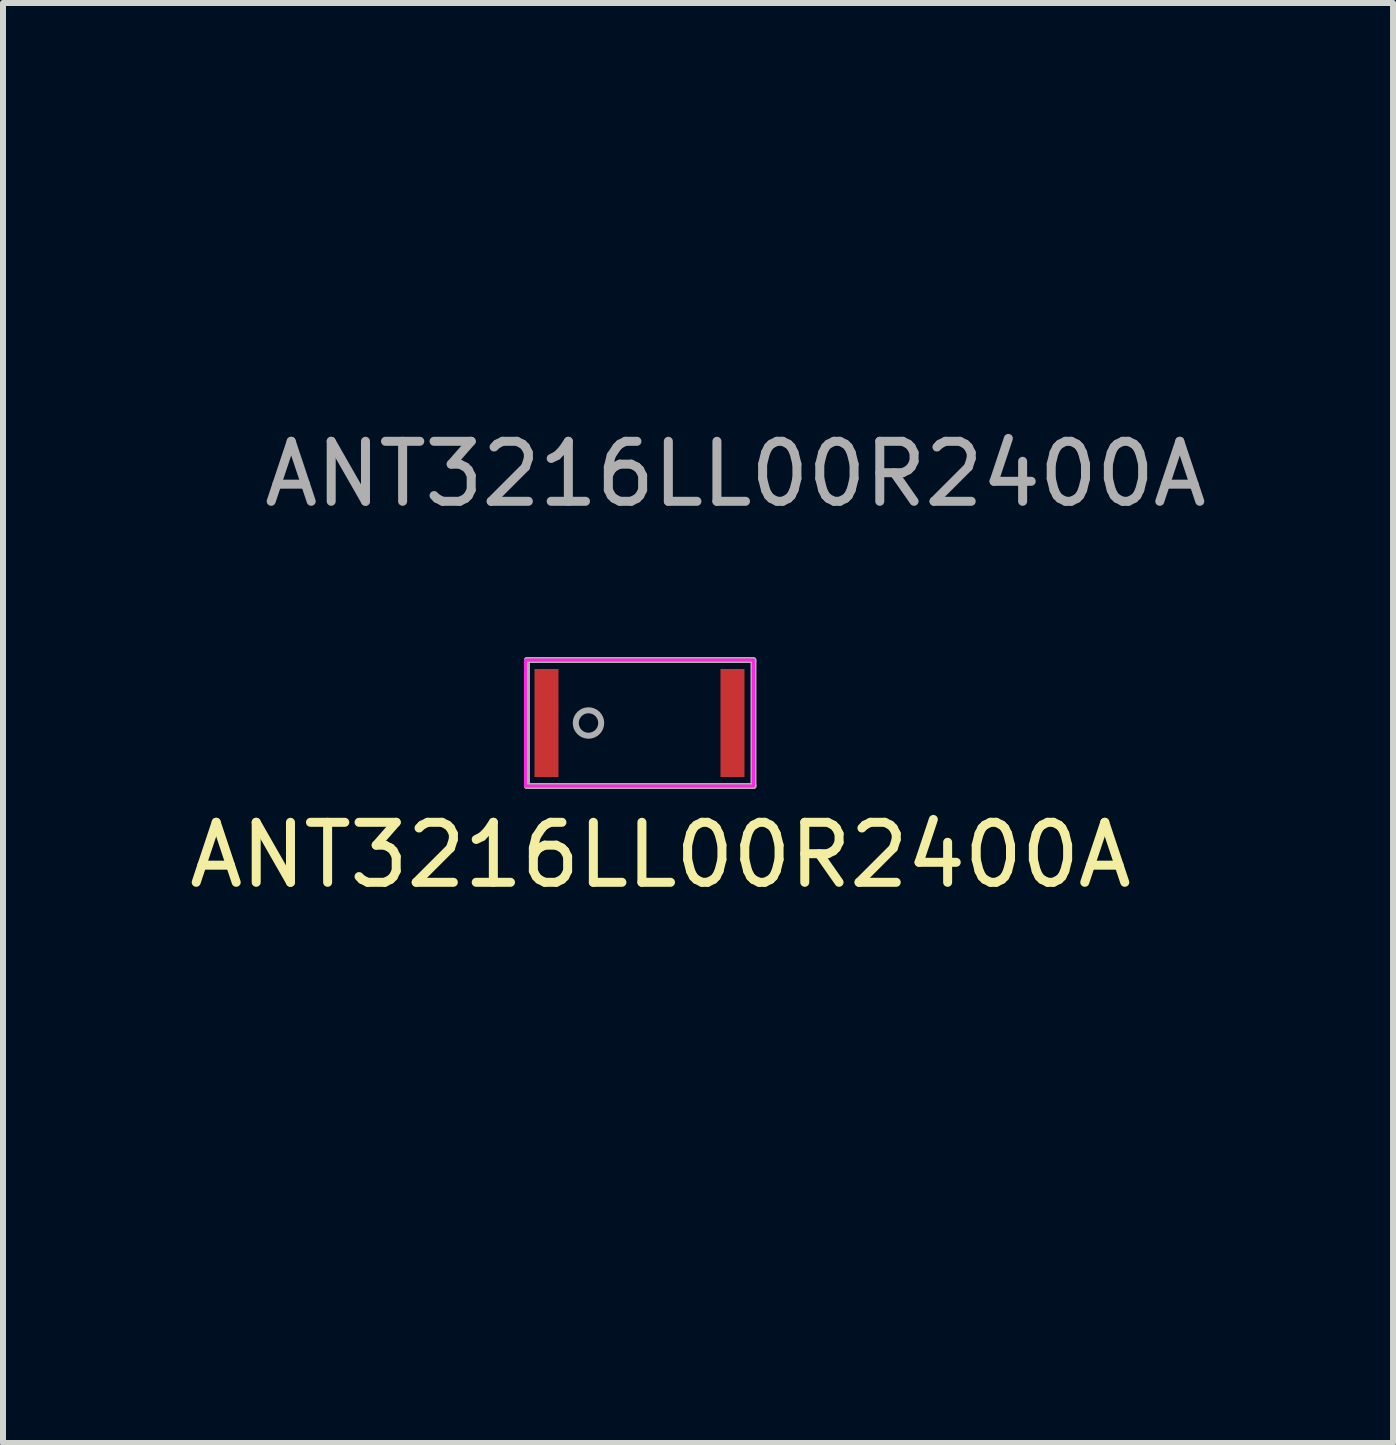
<source format=kicad_pcb>
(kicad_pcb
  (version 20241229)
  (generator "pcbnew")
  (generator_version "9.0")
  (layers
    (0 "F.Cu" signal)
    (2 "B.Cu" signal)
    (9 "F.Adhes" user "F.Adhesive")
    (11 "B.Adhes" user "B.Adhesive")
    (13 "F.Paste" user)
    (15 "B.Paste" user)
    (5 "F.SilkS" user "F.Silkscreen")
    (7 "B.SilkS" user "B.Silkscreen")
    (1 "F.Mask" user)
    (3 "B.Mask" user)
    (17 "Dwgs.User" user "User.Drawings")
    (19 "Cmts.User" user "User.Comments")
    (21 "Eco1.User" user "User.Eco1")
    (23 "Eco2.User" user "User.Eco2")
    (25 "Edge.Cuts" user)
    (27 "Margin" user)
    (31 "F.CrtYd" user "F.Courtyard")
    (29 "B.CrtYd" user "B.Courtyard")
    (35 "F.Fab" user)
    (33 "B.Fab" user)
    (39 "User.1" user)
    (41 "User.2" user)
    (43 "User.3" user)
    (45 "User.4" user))
  (footprint "ANT3216LL00R2400A"
    (layer "F.Cu")
    (at 8.858 9)
    (property "Reference" "ANT3216LL00R2400A" (at -0.9 2.2 0) (unlocked yes) (layer "F.SilkS") (effects (font (size 1 1) (thickness 0.15))))
    (attr smd)
    (fp_rect (start 0.65 1.05) (end -3.15 -1.05) (stroke (width 0.05) (type default)) (fill no) (layer "F.CrtYd"))
    (fp_line (start -3.125 -1.05) (end 0.65 -1.05) (stroke (width 0.1) (type default)) (layer "F.Fab"))
    (fp_line (start -3.125 1.05) (end -3.125 -1.05) (stroke (width 0.1) (type default)) (layer "F.Fab"))
    (fp_line (start 0.65 1.05) (end -3.125 1.05) (stroke (width 0.1) (type default)) (layer "F.Fab"))
    (fp_line (start 0.65 1.05) (end 0.65 -1.033) (stroke (width 0.1) (type default)) (layer "F.Fab"))
    (fp_circle (center -2.1 0) (end -1.95 0.15) (stroke (width 0.1) (type default)) (fill no) (layer "F.Fab"))
    (fp_text user "${REFERENCE}" (at 0.35 -4.15 0) (layer "F.Fab") (effects (font (size 1 1) (thickness 0.15))))
    (pad "1" smd rect (at -2.8 0) (size 0.4 1.8) (layers "F.Cu" "F.Mask" "F.Paste"))
    (pad "2" smd rect (at 0.3 0) (size 0.4 1.8) (layers "F.Cu" "F.Mask" "F.Paste"))
    (zone (net_name "") (layer "F.Cu") (name "Impedance tuning area") (hatch edge 0.5) (connect_pads) (min_thickness 0.25) (filled_areas_thickness no) (keepout (tracks allowed) (vias not_allowed) (pads allowed) (copperpour allowed) (footprints allowed)) (placement (enabled no)) (fill) (polygon (pts (xy 5.858 9.9) (xy 5.858 8.1) (xy 3.858 8.1) (xy 3.858 9.9))))
    (zone (net_name "") (layer "F.Cu") (name "F.Cu GND Clearance") (hatch edge 0.5) (connect_pads) (min_thickness 0.25) (filled_areas_thickness no) (keepout (tracks not_allowed) (vias not_allowed) (pads not_allowed) (copperpour not_allowed) (footprints allowed)) (placement (enabled no)) (fill) (polygon (pts (xy 8.958 9.9) (xy 6.258 9.9) (xy 6.258 8.1) (xy 8.958 8.1))))
    (zone (net_name "") (layer "F.Cu") (name "Inductor Zone") (hatch edge 0.5) (connect_pads) (min_thickness 0.25) (filled_areas_thickness no) (keepout (tracks allowed) (vias not_allowed) (pads allowed) (copperpour allowed) (footprints allowed)) (placement (enabled no)) (fill) (polygon (pts (xy 11.858 9.9) (xy 9.358 9.9) (xy 9.358 8.1) (xy 11.858 8.1))))
    (zone (net_name "") (layer "F.Cu") (name "F.Cu GND Clearance") (hatch edge 0.5) (connect_pads) (min_thickness 0.25) (filled_areas_thickness no) (keepout (tracks not_allowed) (vias not_allowed) (pads not_allowed) (copperpour not_allowed) (footprints allowed)) (placement (enabled no)) (fill) (polygon (pts (xy 13.858 8.1) (xy 3.858 8.1) (xy 3.858 0) (xy 13.858 0))))
    (zone (net_name "") (layer "F.Cu") (name "F.Cu GND Clearance") (hatch edge 0.5) (connect_pads) (min_thickness 0.25) (filled_areas_thickness no) (keepout (tracks not_allowed) (vias not_allowed) (pads not_allowed) (copperpour not_allowed) (footprints allowed)) (placement (enabled no)) (fill) (polygon (pts (xy 13.858 9.9) (xy 11.858 9.9) (xy 11.858 8.1) (xy 13.858 8.1))))
    (zone (net_name "") (layer "F.Cu") (name "F.Cu GND Clearance") (hatch edge 0.5) (connect_pads) (min_thickness 0.25) (filled_areas_thickness no) (keepout (tracks not_allowed) (vias not_allowed) (pads not_allowed) (copperpour not_allowed) (footprints allowed)) (placement (enabled no)) (fill) (polygon (pts (xy 13.858 18) (xy 3.858 18) (xy 3.858 9.9) (xy 13.858 9.9))))
    (zone (net_name "") (layers "B.Cu" "F.CrtYd") (hatch edge 0.5) (connect_pads) (min_thickness 0.25) (filled_areas_thickness no) (keepout (tracks not_allowed) (vias not_allowed) (pads not_allowed) (copperpour not_allowed) (footprints allowed)) (placement (enabled no)) (fill) (polygon (pts (xy 13.858 18) (xy 3.858 18) (xy 3.858 0) (xy 13.858 0)))))
  (gr_rect
    (start -3 -3)
    (end 20.167 21)
    (stroke (width 0.1) (type default))
    (fill no)
    (layer "Edge.Cuts")))
</source>
